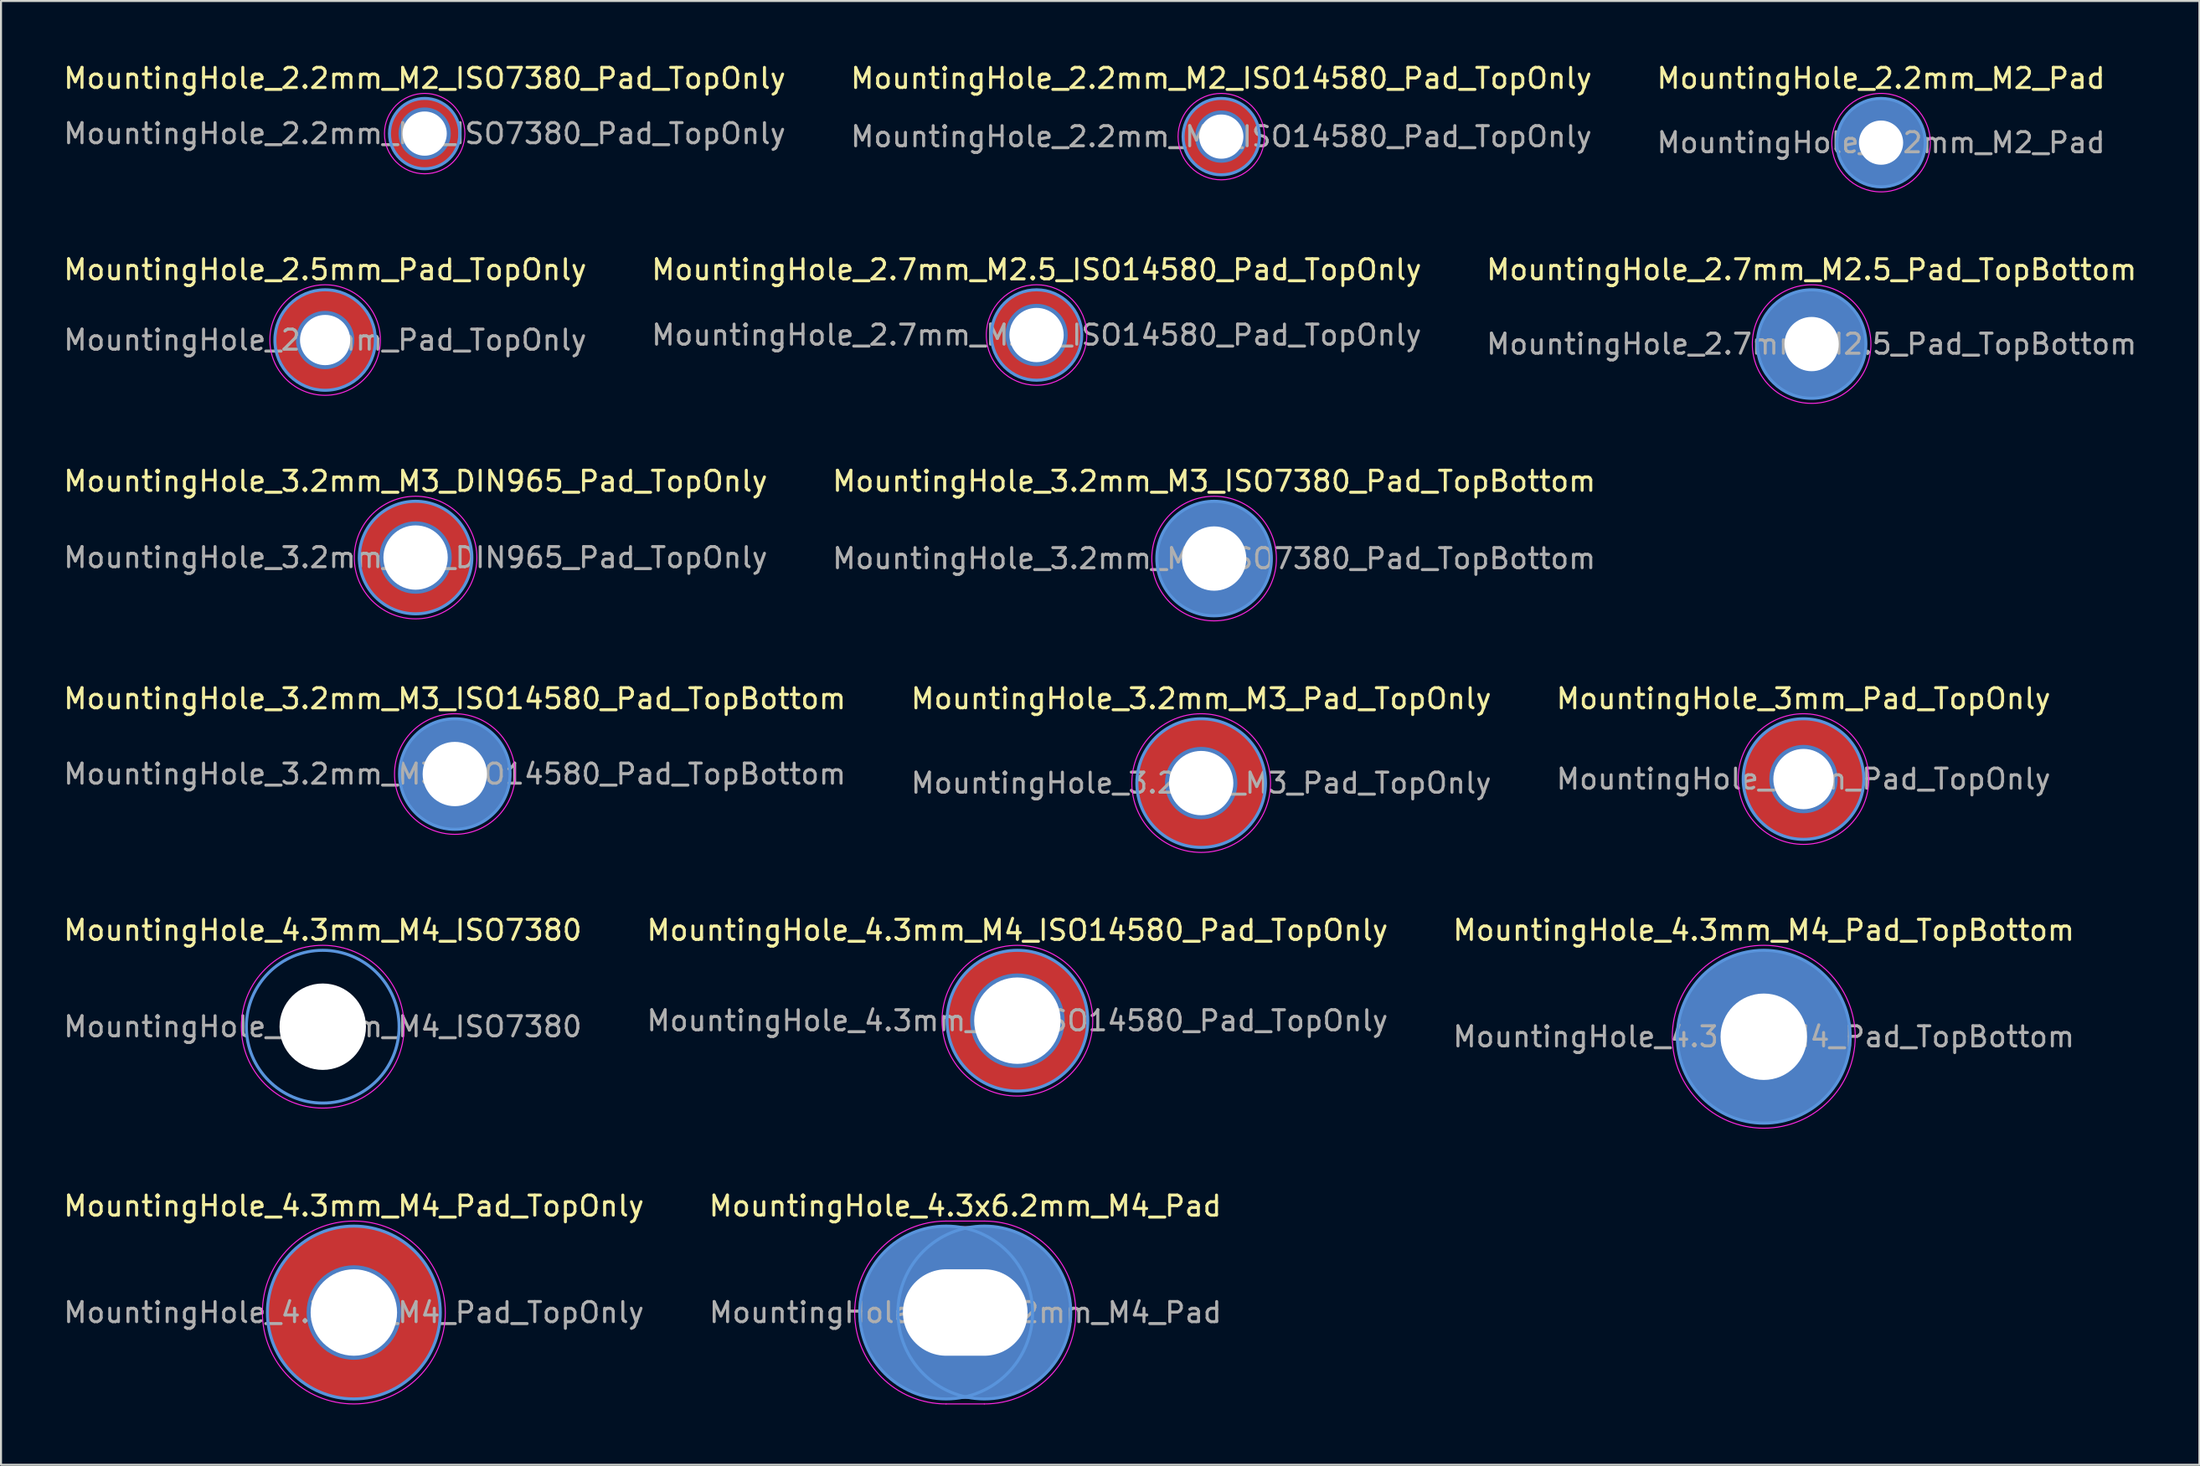
<source format=kicad_pcb>
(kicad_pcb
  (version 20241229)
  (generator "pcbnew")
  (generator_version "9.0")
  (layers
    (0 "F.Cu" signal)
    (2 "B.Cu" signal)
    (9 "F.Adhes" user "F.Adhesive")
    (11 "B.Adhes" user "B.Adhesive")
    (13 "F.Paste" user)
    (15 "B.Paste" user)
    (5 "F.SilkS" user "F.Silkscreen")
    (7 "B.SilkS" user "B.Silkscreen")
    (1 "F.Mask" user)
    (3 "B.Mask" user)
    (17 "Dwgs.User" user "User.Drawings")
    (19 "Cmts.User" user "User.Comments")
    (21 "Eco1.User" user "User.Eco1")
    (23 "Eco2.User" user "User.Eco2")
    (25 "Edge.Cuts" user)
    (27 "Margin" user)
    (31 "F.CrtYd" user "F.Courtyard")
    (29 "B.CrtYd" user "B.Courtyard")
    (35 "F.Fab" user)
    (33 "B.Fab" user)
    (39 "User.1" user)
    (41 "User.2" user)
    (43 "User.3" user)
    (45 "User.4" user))
  (footprint "MountingHole_2.7mm_M2.5_Pad_TopBottom"
    (layer "F.Cu")
    (at 87.077 14.072)
    (property "Reference" "MountingHole_2.7mm_M2.5_Pad_TopBottom" (at 0 -3.7 0) (layer "F.SilkS") (effects (font (size 1 1) (thickness 0.15))))
    (attr exclude_from_pos_files exclude_from_bom)
    (fp_circle (center 0 0) (end 2.7 0) (stroke (width 0.15) (type solid)) (fill no) (layer "Cmts.User"))
    (fp_circle (center 0 0) (end 2.95 0) (stroke (width 0.05) (type solid)) (fill no) (layer "F.CrtYd"))
    (fp_text user "${REFERENCE}" (at 0 0 0) (layer "F.Fab") (effects (font (size 1 1) (thickness 0.15))))
    (pad "1" thru_hole circle (at 0 0) (size 3.1 3.1) (drill 2.7) (layers "*.Cu" "*.Mask"))
    (pad "1" connect circle (at 0 0) (size 5.4 5.4) (layers "F.Cu" "F.Mask"))
    (pad "1" connect circle (at 0 0) (size 5.4 5.4) (layers "B.Cu" "B.Mask")))
  (footprint "MountingHole_4.3mm_M4_ISO14580_Pad_TopOnly"
    (layer "F.Cu")
    (at 47.565 47.741)
    (property "Reference" "MountingHole_4.3mm_M4_ISO14580_Pad_TopOnly" (at 0 -4.5 0) (layer "F.SilkS") (effects (font (size 1 1) (thickness 0.15))))
    (attr exclude_from_pos_files exclude_from_bom)
    (fp_circle (center 0 0) (end 3.5 0) (stroke (width 0.15) (type solid)) (fill no) (layer "Cmts.User"))
    (fp_circle (center 0 0) (end 3.75 0) (stroke (width 0.05) (type solid)) (fill no) (layer "F.CrtYd"))
    (fp_text user "${REFERENCE}" (at 0 0 0) (layer "F.Fab") (effects (font (size 1 1) (thickness 0.15))))
    (pad "1" thru_hole circle (at 0 0) (size 4.7 4.7) (drill 4.3) (layers "*.Cu" "*.Mask"))
    (pad "1" connect circle (at 0 0) (size 7 7) (layers "F.Cu" "F.Mask")))
  (footprint "MountingHole_4.3mm_M4_Pad_TopBottom"
    (layer "F.Cu")
    (at 84.696 48.541)
    (property "Reference" "MountingHole_4.3mm_M4_Pad_TopBottom" (at 0 -5.3 0) (layer "F.SilkS") (effects (font (size 1 1) (thickness 0.15))))
    (attr exclude_from_pos_files exclude_from_bom)
    (fp_circle (center 0 0) (end 4.3 0) (stroke (width 0.15) (type solid)) (fill no) (layer "Cmts.User"))
    (fp_circle (center 0 0) (end 4.55 0) (stroke (width 0.05) (type solid)) (fill no) (layer "F.CrtYd"))
    (fp_text user "${REFERENCE}" (at 0 0 0) (layer "F.Fab") (effects (font (size 1 1) (thickness 0.15))))
    (pad "1" thru_hole circle (at 0 0) (size 4.7 4.7) (drill 4.3) (layers "*.Cu" "*.Mask"))
    (pad "1" connect circle (at 0 0) (size 8.6 8.6) (layers "F.Cu" "F.Mask"))
    (pad "1" connect circle (at 0 0) (size 8.6 8.6) (layers "B.Cu" "B.Mask")))
  (footprint "MountingHole_3.2mm_M3_DIN965_Pad_TopOnly"
    (layer "F.Cu")
    (at 17.625 24.695)
    (property "Reference" "MountingHole_3.2mm_M3_DIN965_Pad_TopOnly" (at 0 -3.8 0) (layer "F.SilkS") (effects (font (size 1 1) (thickness 0.15))))
    (attr exclude_from_pos_files exclude_from_bom)
    (fp_circle (center 0 0) (end 2.8 0) (stroke (width 0.15) (type solid)) (fill no) (layer "Cmts.User"))
    (fp_circle (center 0 0) (end 3.05 0) (stroke (width 0.05) (type solid)) (fill no) (layer "F.CrtYd"))
    (fp_text user "${REFERENCE}" (at 0 0 0) (layer "F.Fab") (effects (font (size 1 1) (thickness 0.15))))
    (pad "1" thru_hole circle (at 0 0) (size 3.6 3.6) (drill 3.2) (layers "*.Cu" "*.Mask"))
    (pad "1" connect circle (at 0 0) (size 5.6 5.6) (layers "F.Cu" "F.Mask")))
  (footprint "MountingHole_2.7mm_M2.5_ISO14580_Pad_TopOnly"
    (layer "F.Cu")
    (at 48.518 13.621)
    (property "Reference" "MountingHole_2.7mm_M2.5_ISO14580_Pad_TopOnly" (at 0 -3.25 0) (layer "F.SilkS") (effects (font (size 1 1) (thickness 0.15))))
    (attr exclude_from_pos_files exclude_from_bom)
    (fp_circle (center 0 0) (end 2.25 0) (stroke (width 0.15) (type solid)) (fill no) (layer "Cmts.User"))
    (fp_circle (center 0 0) (end 2.5 0) (stroke (width 0.05) (type solid)) (fill no) (layer "F.CrtYd"))
    (fp_text user "${REFERENCE}" (at 0 0 0) (layer "F.Fab") (effects (font (size 1 1) (thickness 0.15))))
    (pad "1" thru_hole circle (at 0 0) (size 3.1 3.1) (drill 2.7) (layers "*.Cu" "*.Mask"))
    (pad "1" connect circle (at 0 0) (size 4.5 4.5) (layers "F.Cu" "F.Mask")))
  (footprint "MountingHole_2.2mm_M2_Pad"
    (layer "F.Cu")
    (at 90.53 4.048)
    (property "Reference" "MountingHole_2.2mm_M2_Pad" (at 0 -3.2 0) (layer "F.SilkS") (effects (font (size 1 1) (thickness 0.15))))
    (attr exclude_from_pos_files exclude_from_bom)
    (fp_circle (center 0 0) (end 2.2 0) (stroke (width 0.15) (type solid)) (fill no) (layer "Cmts.User"))
    (fp_circle (center 0 0) (end 2.45 0) (stroke (width 0.05) (type solid)) (fill no) (layer "F.CrtYd"))
    (fp_text user "${REFERENCE}" (at 0 0 0) (layer "F.Fab") (effects (font (size 1 1) (thickness 0.15))))
    (pad "1" thru_hole circle (at 0 0) (size 4.4 4.4) (drill 2.2) (layers "*.Cu" "*.Mask")))
  (footprint "MountingHole_3.2mm_M3_Pad_TopOnly"
    (layer "F.Cu")
    (at 56.708 35.918)
    (property "Reference" "MountingHole_3.2mm_M3_Pad_TopOnly" (at 0 -4.2 0) (layer "F.SilkS") (effects (font (size 1 1) (thickness 0.15))))
    (attr exclude_from_pos_files exclude_from_bom)
    (fp_circle (center 0 0) (end 3.2 0) (stroke (width 0.15) (type solid)) (fill no) (layer "Cmts.User"))
    (fp_circle (center 0 0) (end 3.45 0) (stroke (width 0.05) (type solid)) (fill no) (layer "F.CrtYd"))
    (fp_text user "${REFERENCE}" (at 0 0 0) (layer "F.Fab") (effects (font (size 1 1) (thickness 0.15))))
    (pad "1" thru_hole circle (at 0 0) (size 3.6 3.6) (drill 3.2) (layers "*.Cu" "*.Mask"))
    (pad "1" connect circle (at 0 0) (size 6.4 6.4) (layers "F.Cu" "F.Mask")))
  (footprint "MountingHole_3.2mm_M3_ISO14580_Pad_TopBottom"
    (layer "F.Cu")
    (at 19.577 35.468)
    (property "Reference" "MountingHole_3.2mm_M3_ISO14580_Pad_TopBottom" (at 0 -3.75 0) (layer "F.SilkS") (effects (font (size 1 1) (thickness 0.15))))
    (attr exclude_from_pos_files exclude_from_bom)
    (fp_circle (center 0 0) (end 2.75 0) (stroke (width 0.15) (type solid)) (fill no) (layer "Cmts.User"))
    (fp_circle (center 0 0) (end 3 0) (stroke (width 0.05) (type solid)) (fill no) (layer "F.CrtYd"))
    (fp_text user "${REFERENCE}" (at 0 0 0) (layer "F.Fab") (effects (font (size 1 1) (thickness 0.15))))
    (pad "1" thru_hole circle (at 0 0) (size 3.6 3.6) (drill 3.2) (layers "*.Cu" "*.Mask"))
    (pad "1" connect circle (at 0 0) (size 5.5 5.5) (layers "F.Cu" "F.Mask"))
    (pad "1" connect circle (at 0 0) (size 5.5 5.5) (layers "B.Cu" "B.Mask")))
  (footprint "MountingHole_2.2mm_M2_ISO14580_Pad_TopOnly"
    (layer "F.Cu")
    (at 57.708 3.748)
    (property "Reference" "MountingHole_2.2mm_M2_ISO14580_Pad_TopOnly" (at 0 -2.9 0) (layer "F.SilkS") (effects (font (size 1 1) (thickness 0.15))))
    (attr exclude_from_pos_files exclude_from_bom)
    (fp_circle (center 0 0) (end 1.9 0) (stroke (width 0.15) (type solid)) (fill no) (layer "Cmts.User"))
    (fp_circle (center 0 0) (end 2.15 0) (stroke (width 0.05) (type solid)) (fill no) (layer "F.CrtYd"))
    (fp_text user "${REFERENCE}" (at 0 0 0) (layer "F.Fab") (effects (font (size 1 1) (thickness 0.15))))
    (pad "1" thru_hole circle (at 0 0) (size 2.6 2.6) (drill 2.2) (layers "*.Cu" "*.Mask"))
    (pad "1" connect circle (at 0 0) (size 3.8 3.8) (layers "F.Cu" "F.Mask")))
  (footprint "MountingHole_4.3x6.2mm_M4_Pad"
    (layer "F.Cu")
    (at 44.97 62.264)
    (property "Reference" "MountingHole_4.3x6.2mm_M4_Pad" (at 0 -5.3 0) (layer "F.SilkS") (effects (font (size 1 1) (thickness 0.15))))
    (attr exclude_from_pos_files exclude_from_bom)
    (fp_circle (center -0.95 0) (end 3.35 0) (stroke (width 0.15) (type solid)) (fill no) (layer "Cmts.User"))
    (fp_circle (center 0.95 0) (end 5.25 0) (stroke (width 0.15) (type solid)) (fill no) (layer "Cmts.User"))
    (fp_line (start -0.95 -4.55) (end 0.95 -4.55) (stroke (width 0.05) (type solid)) (layer "F.CrtYd"))
    (fp_line (start 0.95 4.55) (end -0.95 4.55) (stroke (width 0.05) (type solid)) (layer "F.CrtYd"))
    (fp_arc (start -0.95 4.55) (mid -5.5 0) (end -0.95 -4.55) (stroke (width 0.05) (type solid)) (layer "F.CrtYd"))
    (fp_arc (start 0.95 -4.55) (mid 5.5 0) (end 0.95 4.55) (stroke (width 0.05) (type solid)) (layer "F.CrtYd"))
    (fp_text user "${REFERENCE}" (at 0.01 0 0) (layer "F.Fab") (effects (font (size 1 1) (thickness 0.15))))
    (pad "1" thru_hole oval (at 0 0) (size 10.4 8.6) (drill oval 6.2 4.3) (layers "*.Cu" "*.Mask")))
  (footprint "MountingHole_2.2mm_M2_ISO7380_Pad_TopOnly"
    (layer "F.Cu")
    (at 18.077 3.598)
    (property "Reference" "MountingHole_2.2mm_M2_ISO7380_Pad_TopOnly" (at 0 -2.75 0) (layer "F.SilkS") (effects (font (size 1 1) (thickness 0.15))))
    (attr exclude_from_pos_files exclude_from_bom)
    (fp_circle (center 0 0) (end 1.75 0) (stroke (width 0.15) (type solid)) (fill no) (layer "Cmts.User"))
    (fp_circle (center 0 0) (end 2 0) (stroke (width 0.05) (type solid)) (fill no) (layer "F.CrtYd"))
    (fp_text user "${REFERENCE}" (at 0 0 0) (layer "F.Fab") (effects (font (size 1 1) (thickness 0.15))))
    (pad "1" thru_hole circle (at 0 0) (size 2.6 2.6) (drill 2.2) (layers "*.Cu" "*.Mask"))
    (pad "1" connect circle (at 0 0) (size 3.5 3.5) (layers "F.Cu" "F.Mask")))
  (footprint "MountingHole_4.3mm_M4_Pad_TopOnly"
    (layer "F.Cu")
    (at 14.554 62.264)
    (property "Reference" "MountingHole_4.3mm_M4_Pad_TopOnly" (at 0 -5.3 0) (layer "F.SilkS") (effects (font (size 1 1) (thickness 0.15))))
    (attr exclude_from_pos_files exclude_from_bom)
    (fp_circle (center 0 0) (end 4.3 0) (stroke (width 0.15) (type solid)) (fill no) (layer "Cmts.User"))
    (fp_circle (center 0 0) (end 4.55 0) (stroke (width 0.05) (type solid)) (fill no) (layer "F.CrtYd"))
    (fp_text user "${REFERENCE}" (at 0 0 0) (layer "F.Fab") (effects (font (size 1 1) (thickness 0.15))))
    (pad "1" thru_hole circle (at 0 0) (size 4.7 4.7) (drill 4.3) (layers "*.Cu" "*.Mask"))
    (pad "1" connect circle (at 0 0) (size 8.6 8.6) (layers "F.Cu" "F.Mask")))
  (footprint "MountingHole_3mm_Pad_TopOnly"
    (layer "F.Cu")
    (at 86.673 35.718)
    (property "Reference" "MountingHole_3mm_Pad_TopOnly" (at 0 -4 0) (layer "F.SilkS") (effects (font (size 1 1) (thickness 0.15))))
    (attr exclude_from_pos_files exclude_from_bom)
    (fp_circle (center 0 0) (end 3 0) (stroke (width 0.15) (type solid)) (fill no) (layer "Cmts.User"))
    (fp_circle (center 0 0) (end 3.25 0) (stroke (width 0.05) (type solid)) (fill no) (layer "F.CrtYd"))
    (fp_text user "${REFERENCE}" (at 0 0 0) (layer "F.Fab") (effects (font (size 1 1) (thickness 0.15))))
    (pad "1" thru_hole circle (at 0 0) (size 3.4 3.4) (drill 3) (layers "*.Cu" "*.Mask"))
    (pad "1" connect circle (at 0 0) (size 6 6) (layers "F.Cu" "F.Mask")))
  (footprint "MountingHole_3.2mm_M3_ISO7380_Pad_TopBottom"
    (layer "F.Cu")
    (at 57.351 24.745)
    (property "Reference" "MountingHole_3.2mm_M3_ISO7380_Pad_TopBottom" (at 0 -3.85 0) (layer "F.SilkS") (effects (font (size 1 1) (thickness 0.15))))
    (attr exclude_from_pos_files exclude_from_bom)
    (fp_circle (center 0 0) (end 2.85 0) (stroke (width 0.15) (type solid)) (fill no) (layer "Cmts.User"))
    (fp_circle (center 0 0) (end 3.1 0) (stroke (width 0.05) (type solid)) (fill no) (layer "F.CrtYd"))
    (fp_text user "${REFERENCE}" (at 0 0 0) (layer "F.Fab") (effects (font (size 1 1) (thickness 0.15))))
    (pad "1" thru_hole circle (at 0 0) (size 3.6 3.6) (drill 3.2) (layers "*.Cu" "*.Mask"))
    (pad "1" connect circle (at 0 0) (size 5.7 5.7) (layers "F.Cu" "F.Mask"))
    (pad "1" connect circle (at 0 0) (size 5.7 5.7) (layers "B.Cu" "B.Mask")))
  (footprint "MountingHole_2.5mm_Pad_TopOnly"
    (layer "F.Cu")
    (at 13.125 13.871)
    (property "Reference" "MountingHole_2.5mm_Pad_TopOnly" (at 0 -3.5 0) (layer "F.SilkS") (effects (font (size 1 1) (thickness 0.15))))
    (attr exclude_from_pos_files exclude_from_bom)
    (fp_circle (center 0 0) (end 2.5 0) (stroke (width 0.15) (type solid)) (fill no) (layer "Cmts.User"))
    (fp_circle (center 0 0) (end 2.75 0) (stroke (width 0.05) (type solid)) (fill no) (layer "F.CrtYd"))
    (fp_text user "${REFERENCE}" (at 0 0 0) (layer "F.Fab") (effects (font (size 1 1) (thickness 0.15))))
    (pad "1" thru_hole circle (at 0 0) (size 2.9 2.9) (drill 2.5) (layers "*.Cu" "*.Mask"))
    (pad "1" connect circle (at 0 0) (size 5 5) (layers "F.Cu" "F.Mask")))
  (footprint "MountingHole_4.3mm_M4_ISO7380"
    (layer "F.Cu")
    (at 13.006 48.041)
    (property "Reference" "MountingHole_4.3mm_M4_ISO7380" (at 0 -4.8 0) (layer "F.SilkS") (effects (font (size 1 1) (thickness 0.15))))
    (attr exclude_from_pos_files exclude_from_bom)
    (fp_circle (center 0 0) (end 3.8 0) (stroke (width 0.15) (type solid)) (fill no) (layer "Cmts.User"))
    (fp_circle (center 0 0) (end 4.05 0) (stroke (width 0.05) (type solid)) (fill no) (layer "F.CrtYd"))
    (fp_text user "${REFERENCE}" (at 0 0 0) (layer "F.Fab") (effects (font (size 1 1) (thickness 0.15))))
    (pad "" np_thru_hole circle (at 0 0) (size 4.3 4.3) (drill 4.3) (layers "*.Cu" "*.Mask")))
  (gr_rect
    (start -3 -3)
    (end 106.369 69.84)
    (stroke (width 0.1) (type default))
    (fill no)
    (layer "Edge.Cuts")))
</source>
